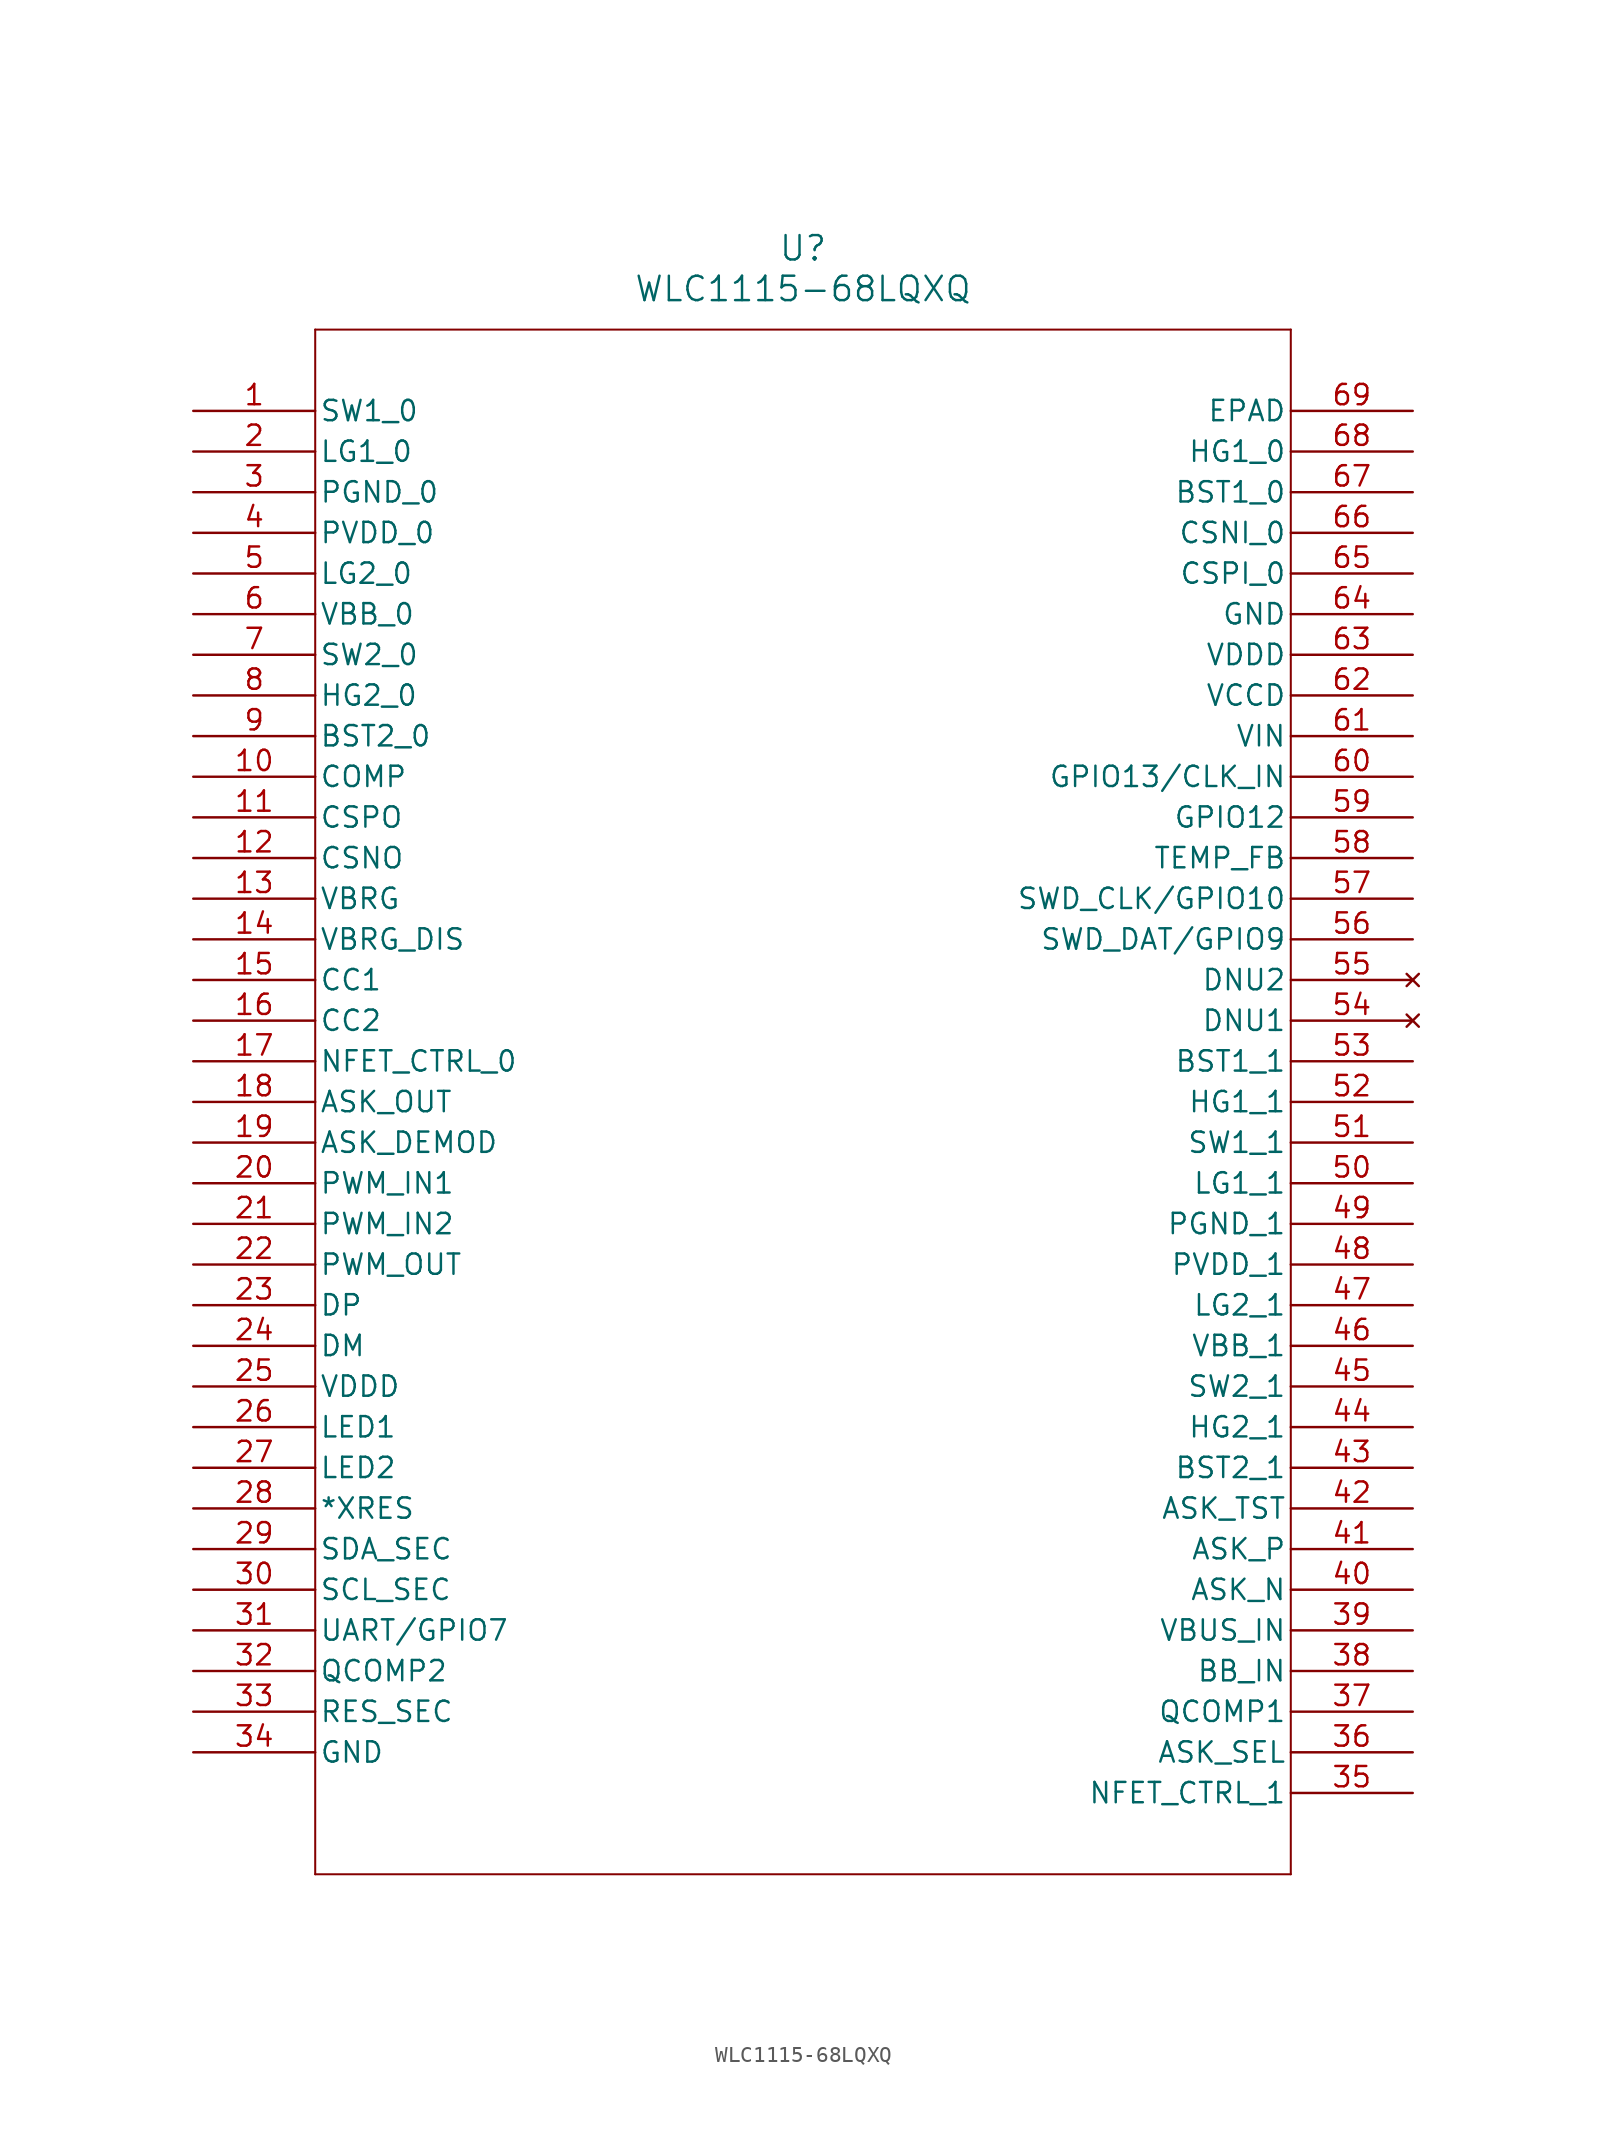
<source format=kicad_sym>
(kicad_symbol_lib
  (version 20211014)
  (generator kicad_symbol_editor)
  (symbol "WLC1115-68LQXQ"
    (pin_names
      (offset 0.254))
    (property "Reference" "U"
      (at 38.1 10.16 0)
      (effects (font (size 1.524 1.524))))
    (property "Value" "WLC1115-68LQXQ"
      (at 38.1 7.62 0)
      (effects (font (size 1.524 1.524))))
    (symbol "WLC1115-68LQXQ_0_1"
      (polyline (pts (xy 7.62 5.08) (xy 7.62 -91.44)) (stroke (width 0.127) (type default) (color 0 0 0 0)) (fill (type none)))
      (polyline (pts (xy 7.62 -91.44) (xy 68.58 -91.44)) (stroke (width 0.127) (type default) (color 0 0 0 0)) (fill (type none)))
      (polyline (pts (xy 68.58 -91.44) (xy 68.58 5.08)) (stroke (width 0.127) (type default) (color 0 0 0 0)) (fill (type none)))
      (polyline (pts (xy 68.58 5.08) (xy 7.62 5.08)) (stroke (width 0.127) (type default) (color 0 0 0 0)) (fill (type none)))
      (pin input line (at 0 0 0) (length 7.62) (name "SW1_0" (effects (font (size 1.27 1.27)))) (number "1" (effects (font (size 1.27 1.27)))))
      (pin output line (at 0 -2.54 0) (length 7.62) (name "LG1_0" (effects (font (size 1.27 1.27)))) (number "2" (effects (font (size 1.27 1.27)))))
      (pin power_out line (at 0 -5.08 0) (length 7.62) (name "PGND_0" (effects (font (size 1.27 1.27)))) (number "3" (effects (font (size 1.27 1.27)))))
      (pin power_in line (at 0 -7.62 0) (length 7.62) (name "PVDD_0" (effects (font (size 1.27 1.27)))) (number "4" (effects (font (size 1.27 1.27)))))
      (pin output line (at 0 -10.16 0) (length 7.62) (name "LG2_0" (effects (font (size 1.27 1.27)))) (number "5" (effects (font (size 1.27 1.27)))))
      (pin input line (at 0 -12.7 0) (length 7.62) (name "VBB_0" (effects (font (size 1.27 1.27)))) (number "6" (effects (font (size 1.27 1.27)))))
      (pin unspecified line (at 0 -15.24 0) (length 7.62) (name "SW2_0" (effects (font (size 1.27 1.27)))) (number "7" (effects (font (size 1.27 1.27)))))
      (pin output line (at 0 -17.78 0) (length 7.62) (name "HG2_0" (effects (font (size 1.27 1.27)))) (number "8" (effects (font (size 1.27 1.27)))))
      (pin power_in line (at 0 -20.32 0) (length 7.62) (name "BST2_0" (effects (font (size 1.27 1.27)))) (number "9" (effects (font (size 1.27 1.27)))))
      (pin output line (at 0 -22.86 0) (length 7.62) (name "COMP" (effects (font (size 1.27 1.27)))) (number "10" (effects (font (size 1.27 1.27)))))
      (pin input line (at 0 -25.4 0) (length 7.62) (name "CSPO" (effects (font (size 1.27 1.27)))) (number "11" (effects (font (size 1.27 1.27)))))
      (pin input line (at 0 -27.94 0) (length 7.62) (name "CSNO" (effects (font (size 1.27 1.27)))) (number "12" (effects (font (size 1.27 1.27)))))
      (pin unspecified line (at 0 -30.48 0) (length 7.62) (name "VBRG" (effects (font (size 1.27 1.27)))) (number "13" (effects (font (size 1.27 1.27)))))
      (pin power_in line (at 0 -33.02 0) (length 7.62) (name "VBRG_DIS" (effects (font (size 1.27 1.27)))) (number "14" (effects (font (size 1.27 1.27)))))
      (pin unspecified line (at 0 -35.56 0) (length 7.62) (name "CC1" (effects (font (size 1.27 1.27)))) (number "15" (effects (font (size 1.27 1.27)))))
      (pin unspecified line (at 0 -38.1 0) (length 7.62) (name "CC2" (effects (font (size 1.27 1.27)))) (number "16" (effects (font (size 1.27 1.27)))))
      (pin output line (at 0 -40.64 0) (length 7.62) (name "NFET_CTRL_0" (effects (font (size 1.27 1.27)))) (number "17" (effects (font (size 1.27 1.27)))))
      (pin output line (at 0 -43.18 0) (length 7.62) (name "ASK_OUT" (effects (font (size 1.27 1.27)))) (number "18" (effects (font (size 1.27 1.27)))))
      (pin input line (at 0 -45.72 0) (length 7.62) (name "ASK_DEMOD" (effects (font (size 1.27 1.27)))) (number "19" (effects (font (size 1.27 1.27)))))
      (pin input line (at 0 -48.26 0) (length 7.62) (name "PWM_IN1" (effects (font (size 1.27 1.27)))) (number "20" (effects (font (size 1.27 1.27)))))
      (pin input line (at 0 -50.8 0) (length 7.62) (name "PWM_IN2" (effects (font (size 1.27 1.27)))) (number "21" (effects (font (size 1.27 1.27)))))
      (pin output line (at 0 -53.34 0) (length 7.62) (name "PWM_OUT" (effects (font (size 1.27 1.27)))) (number "22" (effects (font (size 1.27 1.27)))))
      (pin unspecified line (at 0 -55.88 0) (length 7.62) (name "DP" (effects (font (size 1.27 1.27)))) (number "23" (effects (font (size 1.27 1.27)))))
      (pin unspecified line (at 0 -58.42 0) (length 7.62) (name "DM" (effects (font (size 1.27 1.27)))) (number "24" (effects (font (size 1.27 1.27)))))
      (pin power_in line (at 0 -60.96 0) (length 7.62) (name "VDDD" (effects (font (size 1.27 1.27)))) (number "25" (effects (font (size 1.27 1.27)))))
      (pin unspecified line (at 0 -63.5 0) (length 7.62) (name "LED1" (effects (font (size 1.27 1.27)))) (number "26" (effects (font (size 1.27 1.27)))))
      (pin unspecified line (at 0 -66.04 0) (length 7.62) (name "LED2" (effects (font (size 1.27 1.27)))) (number "27" (effects (font (size 1.27 1.27)))))
      (pin unspecified line (at 0 -68.58 0) (length 7.62) (name "*XRES" (effects (font (size 1.27 1.27)))) (number "28" (effects (font (size 1.27 1.27)))))
      (pin unspecified line (at 0 -71.12 0) (length 7.62) (name "SDA_SEC" (effects (font (size 1.27 1.27)))) (number "29" (effects (font (size 1.27 1.27)))))
      (pin unspecified line (at 0 -73.66 0) (length 7.62) (name "SCL_SEC" (effects (font (size 1.27 1.27)))) (number "30" (effects (font (size 1.27 1.27)))))
      (pin bidirectional line (at 0 -76.2 0) (length 7.62) (name "UART/GPIO7" (effects (font (size 1.27 1.27)))) (number "31" (effects (font (size 1.27 1.27)))))
      (pin unspecified line (at 0 -78.74 0) (length 7.62) (name "QCOMP2" (effects (font (size 1.27 1.27)))) (number "32" (effects (font (size 1.27 1.27)))))
      (pin unspecified line (at 0 -81.28 0) (length 7.62) (name "RES_SEC" (effects (font (size 1.27 1.27)))) (number "33" (effects (font (size 1.27 1.27)))))
      (pin power_out line (at 0 -83.82 0) (length 7.62) (name "GND" (effects (font (size 1.27 1.27)))) (number "34" (effects (font (size 1.27 1.27)))))
      (pin output line (at 76.2 -86.36 180) (length 7.62) (name "NFET_CTRL_1" (effects (font (size 1.27 1.27)))) (number "35" (effects (font (size 1.27 1.27)))))
      (pin input line (at 76.2 -83.82 180) (length 7.62) (name "ASK_SEL" (effects (font (size 1.27 1.27)))) (number "36" (effects (font (size 1.27 1.27)))))
      (pin input line (at 76.2 -81.28 180) (length 7.62) (name "QCOMP1" (effects (font (size 1.27 1.27)))) (number "37" (effects (font (size 1.27 1.27)))))
      (pin input line (at 76.2 -78.74 180) (length 7.62) (name "BB_IN" (effects (font (size 1.27 1.27)))) (number "38" (effects (font (size 1.27 1.27)))))
      (pin input line (at 76.2 -76.2 180) (length 7.62) (name "VBUS_IN" (effects (font (size 1.27 1.27)))) (number "39" (effects (font (size 1.27 1.27)))))
      (pin input line (at 76.2 -73.66 180) (length 7.62) (name "ASK_N" (effects (font (size 1.27 1.27)))) (number "40" (effects (font (size 1.27 1.27)))))
      (pin input line (at 76.2 -71.12 180) (length 7.62) (name "ASK_P" (effects (font (size 1.27 1.27)))) (number "41" (effects (font (size 1.27 1.27)))))
      (pin output line (at 76.2 -68.58 180) (length 7.62) (name "ASK_TST" (effects (font (size 1.27 1.27)))) (number "42" (effects (font (size 1.27 1.27)))))
      (pin power_in line (at 76.2 -66.04 180) (length 7.62) (name "BST2_1" (effects (font (size 1.27 1.27)))) (number "43" (effects (font (size 1.27 1.27)))))
      (pin unspecified line (at 76.2 -63.5 180) (length 7.62) (name "HG2_1" (effects (font (size 1.27 1.27)))) (number "44" (effects (font (size 1.27 1.27)))))
      (pin unspecified line (at 76.2 -60.96 180) (length 7.62) (name "SW2_1" (effects (font (size 1.27 1.27)))) (number "45" (effects (font (size 1.27 1.27)))))
      (pin unspecified line (at 76.2 -58.42 180) (length 7.62) (name "VBB_1" (effects (font (size 1.27 1.27)))) (number "46" (effects (font (size 1.27 1.27)))))
      (pin unspecified line (at 76.2 -55.88 180) (length 7.62) (name "LG2_1" (effects (font (size 1.27 1.27)))) (number "47" (effects (font (size 1.27 1.27)))))
      (pin power_in line (at 76.2 -53.34 180) (length 7.62) (name "PVDD_1" (effects (font (size 1.27 1.27)))) (number "48" (effects (font (size 1.27 1.27)))))
      (pin power_out line (at 76.2 -50.8 180) (length 7.62) (name "PGND_1" (effects (font (size 1.27 1.27)))) (number "49" (effects (font (size 1.27 1.27)))))
      (pin unspecified line (at 76.2 -48.26 180) (length 7.62) (name "LG1_1" (effects (font (size 1.27 1.27)))) (number "50" (effects (font (size 1.27 1.27)))))
      (pin unspecified line (at 76.2 -45.72 180) (length 7.62) (name "SW1_1" (effects (font (size 1.27 1.27)))) (number "51" (effects (font (size 1.27 1.27)))))
      (pin unspecified line (at 76.2 -43.18 180) (length 7.62) (name "HG1_1" (effects (font (size 1.27 1.27)))) (number "52" (effects (font (size 1.27 1.27)))))
      (pin power_in line (at 76.2 -40.64 180) (length 7.62) (name "BST1_1" (effects (font (size 1.27 1.27)))) (number "53" (effects (font (size 1.27 1.27)))))
      (pin no_connect line (at 76.2 -38.1 180) (length 7.62) (name "DNU1" (effects (font (size 1.27 1.27)))) (number "54" (effects (font (size 1.27 1.27)))))
      (pin no_connect line (at 76.2 -35.56 180) (length 7.62) (name "DNU2" (effects (font (size 1.27 1.27)))) (number "55" (effects (font (size 1.27 1.27)))))
      (pin bidirectional line (at 76.2 -33.02 180) (length 7.62) (name "SWD_DAT/GPIO9" (effects (font (size 1.27 1.27)))) (number "56" (effects (font (size 1.27 1.27)))))
      (pin bidirectional line (at 76.2 -30.48 180) (length 7.62) (name "SWD_CLK/GPIO10" (effects (font (size 1.27 1.27)))) (number "57" (effects (font (size 1.27 1.27)))))
      (pin unspecified line (at 76.2 -27.94 180) (length 7.62) (name "TEMP_FB" (effects (font (size 1.27 1.27)))) (number "58" (effects (font (size 1.27 1.27)))))
      (pin bidirectional line (at 76.2 -25.4 180) (length 7.62) (name "GPIO12" (effects (font (size 1.27 1.27)))) (number "59" (effects (font (size 1.27 1.27)))))
      (pin bidirectional line (at 76.2 -22.86 180) (length 7.62) (name "GPIO13/CLK_IN" (effects (font (size 1.27 1.27)))) (number "60" (effects (font (size 1.27 1.27)))))
      (pin power_in line (at 76.2 -20.32 180) (length 7.62) (name "VIN" (effects (font (size 1.27 1.27)))) (number "61" (effects (font (size 1.27 1.27)))))
      (pin output line (at 76.2 -17.78 180) (length 7.62) (name "VCCD" (effects (font (size 1.27 1.27)))) (number "62" (effects (font (size 1.27 1.27)))))
      (pin power_in line (at 76.2 -15.24 180) (length 7.62) (name "VDDD" (effects (font (size 1.27 1.27)))) (number "63" (effects (font (size 1.27 1.27)))))
      (pin power_out line (at 76.2 -12.7 180) (length 7.62) (name "GND" (effects (font (size 1.27 1.27)))) (number "64" (effects (font (size 1.27 1.27)))))
      (pin input line (at 76.2 -10.16 180) (length 7.62) (name "CSPI_0" (effects (font (size 1.27 1.27)))) (number "65" (effects (font (size 1.27 1.27)))))
      (pin input line (at 76.2 -7.62 180) (length 7.62) (name "CSNI_0" (effects (font (size 1.27 1.27)))) (number "66" (effects (font (size 1.27 1.27)))))
      (pin power_in line (at 76.2 -5.08 180) (length 7.62) (name "BST1_0" (effects (font (size 1.27 1.27)))) (number "67" (effects (font (size 1.27 1.27)))))
      (pin output line (at 76.2 -2.54 180) (length 7.62) (name "HG1_0" (effects (font (size 1.27 1.27)))) (number "68" (effects (font (size 1.27 1.27)))))
      (pin power_out line (at 76.2 0 180) (length 7.62) (name "EPAD" (effects (font (size 1.27 1.27)))) (number "69" (effects (font (size 1.27 1.27))))))))
</source>
